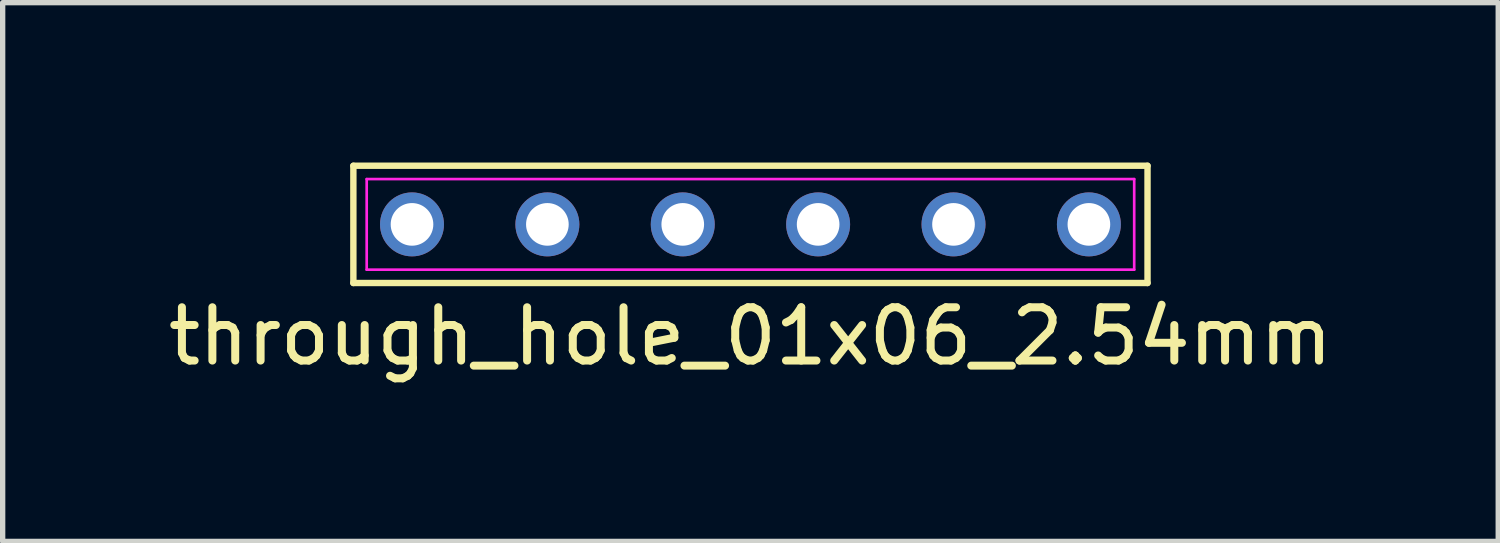
<source format=kicad_pcb>
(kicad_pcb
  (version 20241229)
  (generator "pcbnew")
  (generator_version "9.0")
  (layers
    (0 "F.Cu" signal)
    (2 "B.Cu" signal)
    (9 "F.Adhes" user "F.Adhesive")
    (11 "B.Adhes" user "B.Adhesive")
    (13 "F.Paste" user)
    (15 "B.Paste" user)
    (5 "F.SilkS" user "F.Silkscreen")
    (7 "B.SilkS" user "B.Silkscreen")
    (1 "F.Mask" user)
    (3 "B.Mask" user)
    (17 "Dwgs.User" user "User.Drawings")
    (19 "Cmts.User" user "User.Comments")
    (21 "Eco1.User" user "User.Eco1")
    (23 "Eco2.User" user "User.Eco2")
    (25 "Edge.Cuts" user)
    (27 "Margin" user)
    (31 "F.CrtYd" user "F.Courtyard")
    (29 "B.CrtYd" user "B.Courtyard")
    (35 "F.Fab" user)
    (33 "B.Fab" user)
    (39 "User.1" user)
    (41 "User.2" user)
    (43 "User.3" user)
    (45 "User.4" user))
  (footprint "through_hole_01x06_2.54mm"
    (layer "F.Cu")
    (at 11.03 1.16)
    (property "Reference" "through_hole_01x06_2.54mm" (at 0 2.1 0) (layer "F.SilkS") (effects (font (size 1 1) (thickness 0.15))))
    (attr through_hole)
    (fp_line (start -7.45 -1.1) (end 7.45 -1.1) (stroke (width 0.12) (type default)) (layer "F.SilkS"))
    (fp_line (start -7.45 1.1) (end -7.45 -1.1) (stroke (width 0.12) (type default)) (layer "F.SilkS"))
    (fp_line (start 7.45 -1.1) (end 7.45 1.1) (stroke (width 0.12) (type default)) (layer "F.SilkS"))
    (fp_line (start 7.45 1.1) (end -7.45 1.1) (stroke (width 0.12) (type default)) (layer "F.SilkS"))
    (fp_line (start -7.2 -0.85) (end 7.2 -0.85) (stroke (width 0.05) (type default)) (layer "F.CrtYd"))
    (fp_line (start -7.2 0.85) (end -7.2 -0.85) (stroke (width 0.05) (type default)) (layer "F.CrtYd"))
    (fp_line (start 7.2 -0.85) (end 7.2 0.85) (stroke (width 0.05) (type default)) (layer "F.CrtYd"))
    (fp_line (start 7.2 0.85) (end -7.2 0.85) (stroke (width 0.05) (type default)) (layer "F.CrtYd"))
    (pad "1" thru_hole circle (at -6.35 0) (size 1.2 1.2) (drill 0.8) (layers "*.Cu" "*.Mask"))
    (pad "2" thru_hole circle (at -3.81 0) (size 1.2 1.2) (drill 0.8) (layers "*.Cu" "*.Mask"))
    (pad "3" thru_hole circle (at -1.27 0) (size 1.2 1.2) (drill 0.8) (layers "*.Cu" "*.Mask"))
    (pad "4" thru_hole circle (at 1.27 0) (size 1.2 1.2) (drill 0.8) (layers "*.Cu" "*.Mask"))
    (pad "5" thru_hole circle (at 3.81 0) (size 1.2 1.2) (drill 0.8) (layers "*.Cu" "*.Mask"))
    (pad "6" thru_hole circle (at 6.35 0) (size 1.2 1.2) (drill 0.8) (layers "*.Cu" "*.Mask")))
  (gr_rect
    (start -3 -3)
    (end 25.06 7.108)
    (stroke (width 0.1) (type default))
    (fill no)
    (layer "Edge.Cuts")))
</source>
